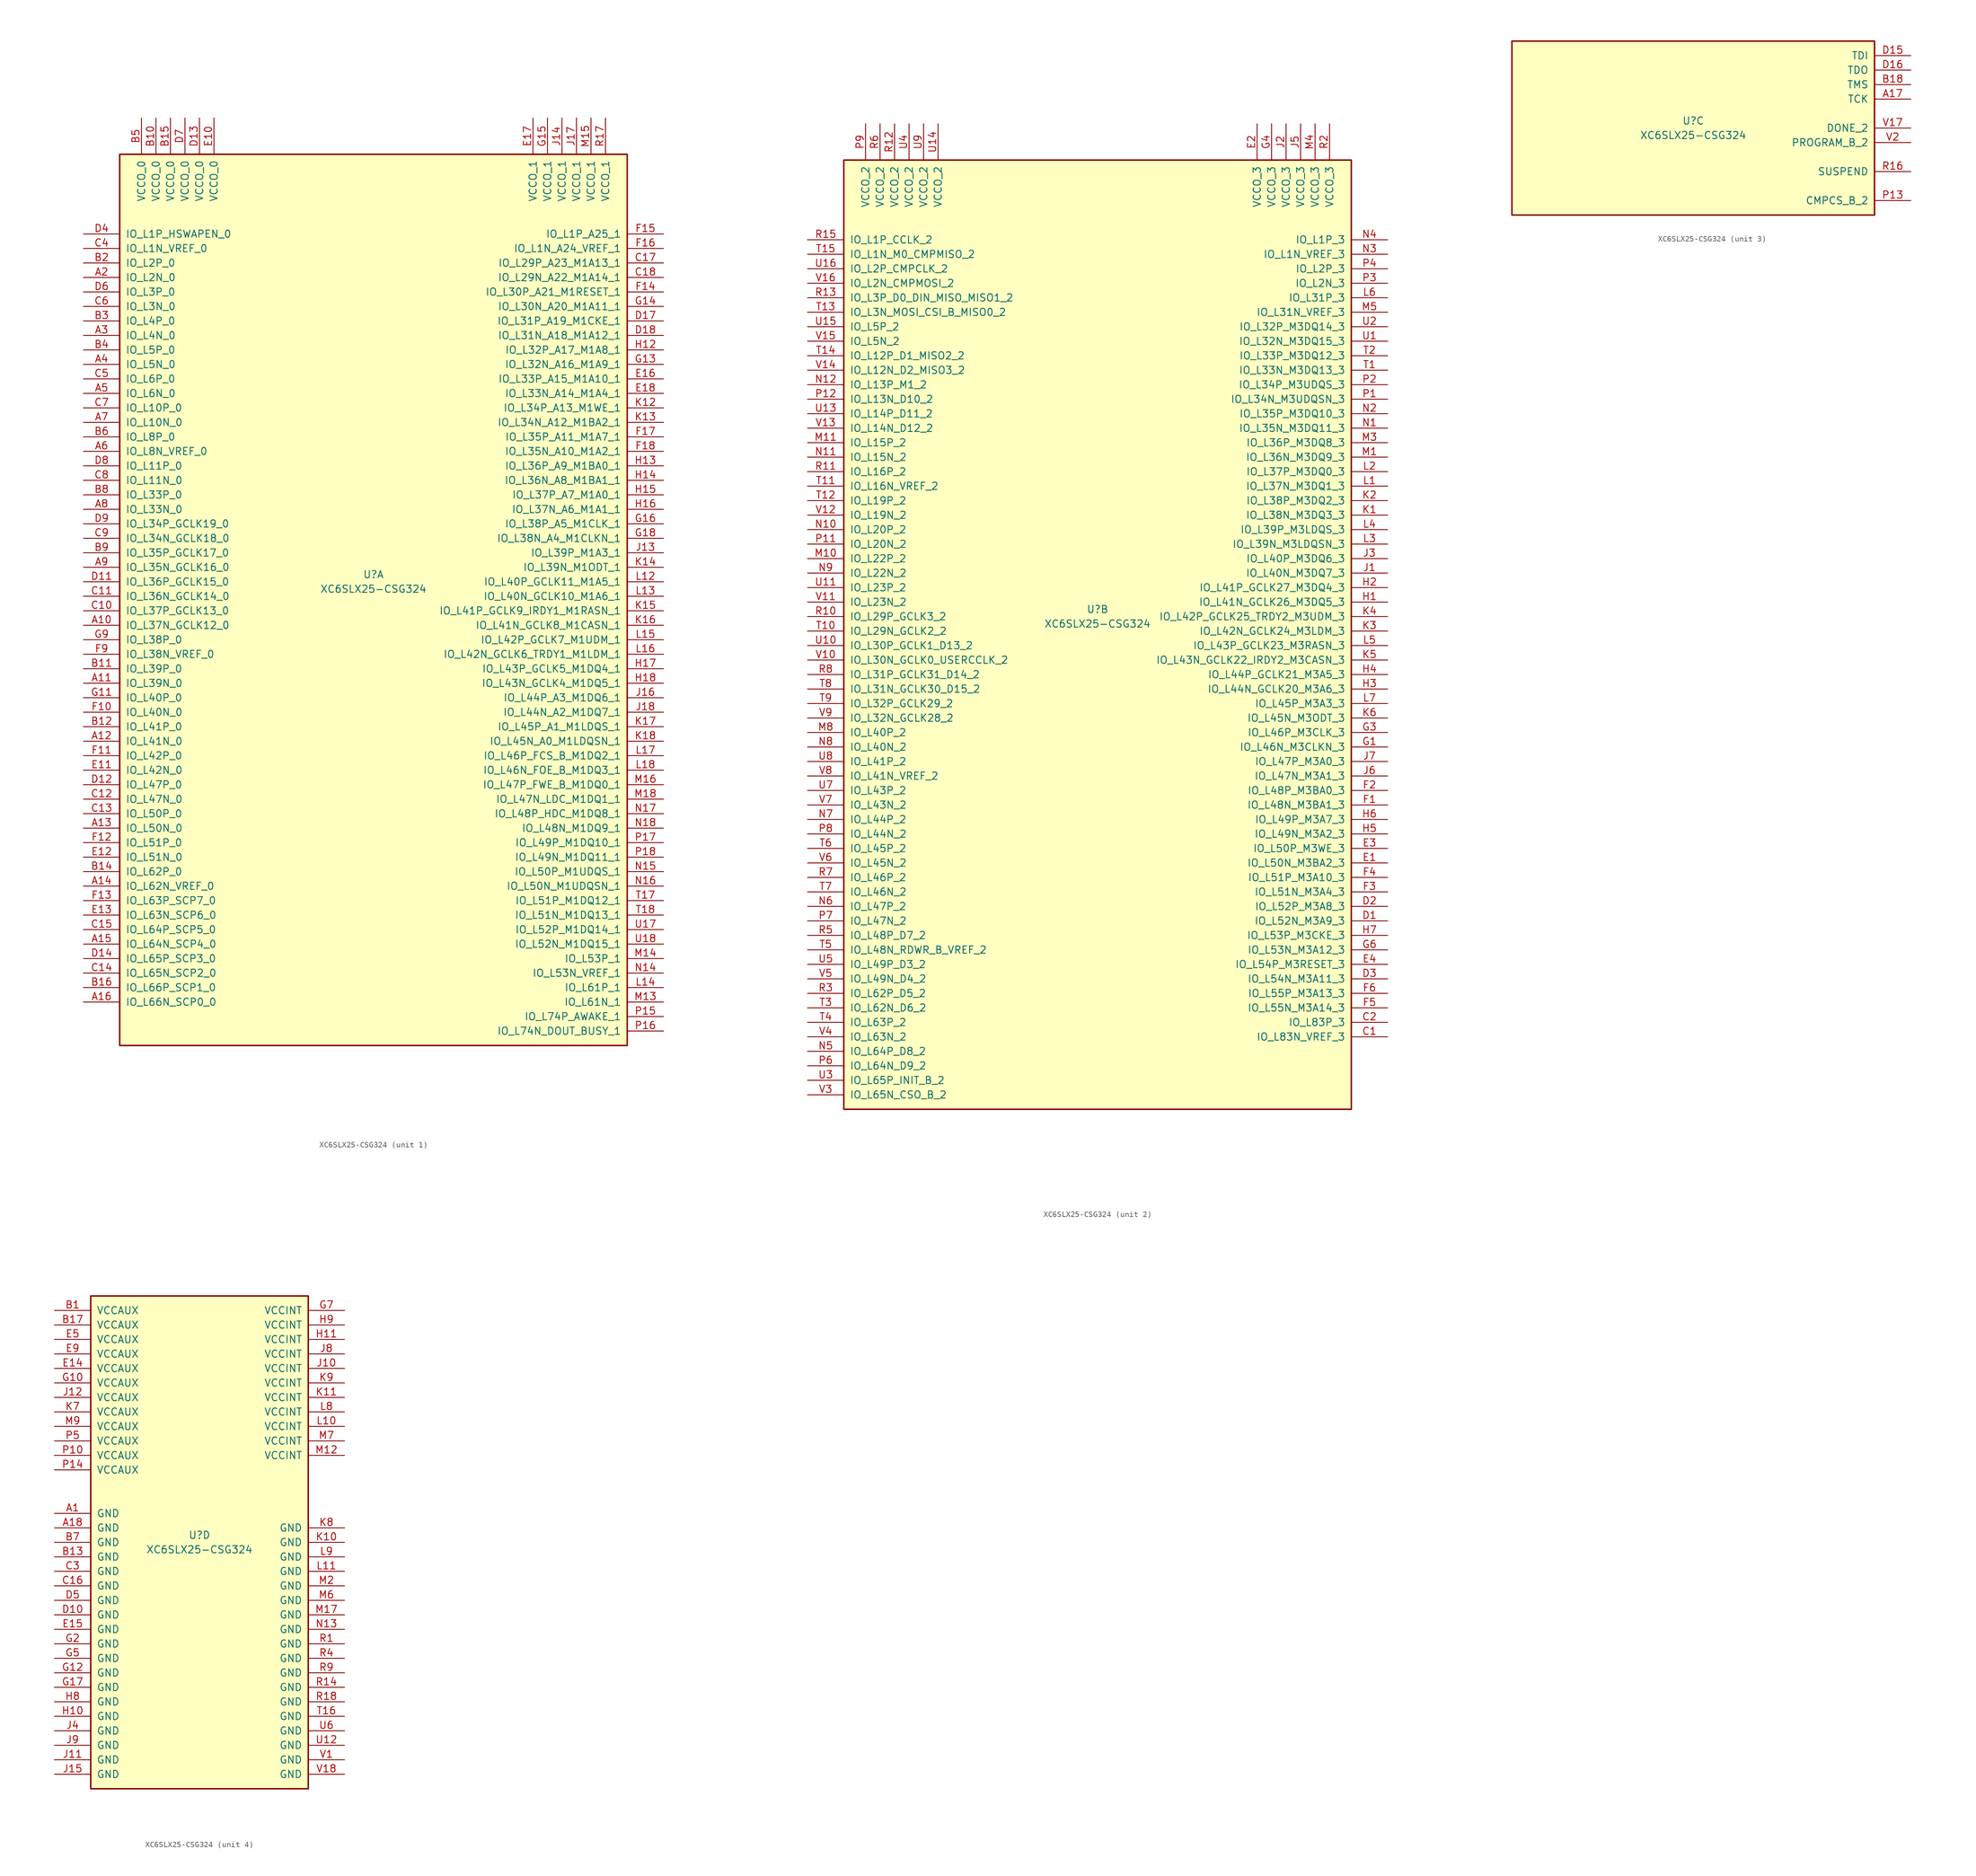
<source format=kicad_sym>
(kicad_symbol_lib
  (version 20201005)
  (generator kicad_symbol_editor)
  (symbol "FPGA_Xilinx_Spartan6:XC6SLX25-CSG324"
    (pin_names
      (offset 1.016))
    (property "Reference" "U"
      (at 0 1.27 0)
      (effects (font (size 1.27 1.27))))
    (property "Value" "XC6SLX25-CSG324"
      (at 0 -1.27 0)
      (effects (font (size 1.27 1.27))))
    (property "Datasheet" ""
      (at 0 0 0)
      (effects (font (size 1.27 1.27))))
    (property "ki_locked" ""
      (at 0 0 0)
      (effects (font (size 1.27 1.27))))
    (symbol "XC6SLX25-CSG324_1_1"
      (rectangle (start -44.45 74.93) (end 44.45 -81.28) (stroke (width 0.254)) (fill (type background)))
      (pin power_in line (at -40.64 81.28 270) (length 6.35) (name "VCCO_0" (effects (font (size 1.27 1.27)))) (number "B5" (effects (font (size 1.27 1.27)))))
      (pin power_in line (at -38.1 81.28 270) (length 6.35) (name "VCCO_0" (effects (font (size 1.27 1.27)))) (number "B10" (effects (font (size 1.27 1.27)))))
      (pin power_in line (at -35.56 81.28 270) (length 6.35) (name "VCCO_0" (effects (font (size 1.27 1.27)))) (number "B15" (effects (font (size 1.27 1.27)))))
      (pin power_in line (at -33.02 81.28 270) (length 6.35) (name "VCCO_0" (effects (font (size 1.27 1.27)))) (number "D7" (effects (font (size 1.27 1.27)))))
      (pin power_in line (at -30.48 81.28 270) (length 6.35) (name "VCCO_0" (effects (font (size 1.27 1.27)))) (number "D13" (effects (font (size 1.27 1.27)))))
      (pin power_in line (at -27.94 81.28 270) (length 6.35) (name "VCCO_0" (effects (font (size 1.27 1.27)))) (number "E10" (effects (font (size 1.27 1.27)))))
      (pin bidirectional line (at -50.8 60.96 0) (length 6.35) (name "IO_L1P_HSWAPEN_0" (effects (font (size 1.27 1.27)))) (number "D4" (effects (font (size 1.27 1.27)))))
      (pin bidirectional line (at -50.8 58.42 0) (length 6.35) (name "IO_L1N_VREF_0" (effects (font (size 1.27 1.27)))) (number "C4" (effects (font (size 1.27 1.27)))))
      (pin bidirectional line (at -50.8 55.88 0) (length 6.35) (name "IO_L2P_0" (effects (font (size 1.27 1.27)))) (number "B2" (effects (font (size 1.27 1.27)))))
      (pin bidirectional line (at -50.8 53.34 0) (length 6.35) (name "IO_L2N_0" (effects (font (size 1.27 1.27)))) (number "A2" (effects (font (size 1.27 1.27)))))
      (pin bidirectional line (at -50.8 50.8 0) (length 6.35) (name "IO_L3P_0" (effects (font (size 1.27 1.27)))) (number "D6" (effects (font (size 1.27 1.27)))))
      (pin bidirectional line (at -50.8 48.26 0) (length 6.35) (name "IO_L3N_0" (effects (font (size 1.27 1.27)))) (number "C6" (effects (font (size 1.27 1.27)))))
      (pin bidirectional line (at -50.8 45.72 0) (length 6.35) (name "IO_L4P_0" (effects (font (size 1.27 1.27)))) (number "B3" (effects (font (size 1.27 1.27)))))
      (pin bidirectional line (at -50.8 43.18 0) (length 6.35) (name "IO_L4N_0" (effects (font (size 1.27 1.27)))) (number "A3" (effects (font (size 1.27 1.27)))))
      (pin bidirectional line (at -50.8 40.64 0) (length 6.35) (name "IO_L5P_0" (effects (font (size 1.27 1.27)))) (number "B4" (effects (font (size 1.27 1.27)))))
      (pin bidirectional line (at -50.8 38.1 0) (length 6.35) (name "IO_L5N_0" (effects (font (size 1.27 1.27)))) (number "A4" (effects (font (size 1.27 1.27)))))
      (pin bidirectional line (at -50.8 35.56 0) (length 6.35) (name "IO_L6P_0" (effects (font (size 1.27 1.27)))) (number "C5" (effects (font (size 1.27 1.27)))))
      (pin bidirectional line (at -50.8 33.02 0) (length 6.35) (name "IO_L6N_0" (effects (font (size 1.27 1.27)))) (number "A5" (effects (font (size 1.27 1.27)))))
      (pin bidirectional line (at -50.8 30.48 0) (length 6.35) (name "IO_L10P_0" (effects (font (size 1.27 1.27)))) (number "C7" (effects (font (size 1.27 1.27)))))
      (pin bidirectional line (at -50.8 27.94 0) (length 6.35) (name "IO_L10N_0" (effects (font (size 1.27 1.27)))) (number "A7" (effects (font (size 1.27 1.27)))))
      (pin bidirectional line (at -50.8 25.4 0) (length 6.35) (name "IO_L8P_0" (effects (font (size 1.27 1.27)))) (number "B6" (effects (font (size 1.27 1.27)))))
      (pin bidirectional line (at -50.8 22.86 0) (length 6.35) (name "IO_L8N_VREF_0" (effects (font (size 1.27 1.27)))) (number "A6" (effects (font (size 1.27 1.27)))))
      (pin bidirectional line (at -50.8 20.32 0) (length 6.35) (name "IO_L11P_0" (effects (font (size 1.27 1.27)))) (number "D8" (effects (font (size 1.27 1.27)))))
      (pin bidirectional line (at -50.8 17.78 0) (length 6.35) (name "IO_L11N_0" (effects (font (size 1.27 1.27)))) (number "C8" (effects (font (size 1.27 1.27)))))
      (pin bidirectional line (at -50.8 15.24 0) (length 6.35) (name "IO_L33P_0" (effects (font (size 1.27 1.27)))) (number "B8" (effects (font (size 1.27 1.27)))))
      (pin bidirectional line (at -50.8 12.7 0) (length 6.35) (name "IO_L33N_0" (effects (font (size 1.27 1.27)))) (number "A8" (effects (font (size 1.27 1.27)))))
      (pin bidirectional line (at -50.8 10.16 0) (length 6.35) (name "IO_L34P_GCLK19_0" (effects (font (size 1.27 1.27)))) (number "D9" (effects (font (size 1.27 1.27)))))
      (pin bidirectional line (at -50.8 7.62 0) (length 6.35) (name "IO_L34N_GCLK18_0" (effects (font (size 1.27 1.27)))) (number "C9" (effects (font (size 1.27 1.27)))))
      (pin bidirectional line (at -50.8 5.08 0) (length 6.35) (name "IO_L35P_GCLK17_0" (effects (font (size 1.27 1.27)))) (number "B9" (effects (font (size 1.27 1.27)))))
      (pin bidirectional line (at -50.8 2.54 0) (length 6.35) (name "IO_L35N_GCLK16_0" (effects (font (size 1.27 1.27)))) (number "A9" (effects (font (size 1.27 1.27)))))
      (pin bidirectional line (at -50.8 0 0) (length 6.35) (name "IO_L36P_GCLK15_0" (effects (font (size 1.27 1.27)))) (number "D11" (effects (font (size 1.27 1.27)))))
      (pin bidirectional line (at -50.8 -2.54 0) (length 6.35) (name "IO_L36N_GCLK14_0" (effects (font (size 1.27 1.27)))) (number "C11" (effects (font (size 1.27 1.27)))))
      (pin bidirectional line (at -50.8 -5.08 0) (length 6.35) (name "IO_L37P_GCLK13_0" (effects (font (size 1.27 1.27)))) (number "C10" (effects (font (size 1.27 1.27)))))
      (pin bidirectional line (at -50.8 -7.62 0) (length 6.35) (name "IO_L37N_GCLK12_0" (effects (font (size 1.27 1.27)))) (number "A10" (effects (font (size 1.27 1.27)))))
      (pin bidirectional line (at -50.8 -10.16 0) (length 6.35) (name "IO_L38P_0" (effects (font (size 1.27 1.27)))) (number "G9" (effects (font (size 1.27 1.27)))))
      (pin bidirectional line (at -50.8 -12.7 0) (length 6.35) (name "IO_L38N_VREF_0" (effects (font (size 1.27 1.27)))) (number "F9" (effects (font (size 1.27 1.27)))))
      (pin bidirectional line (at -50.8 -15.24 0) (length 6.35) (name "IO_L39P_0" (effects (font (size 1.27 1.27)))) (number "B11" (effects (font (size 1.27 1.27)))))
      (pin bidirectional line (at -50.8 -17.78 0) (length 6.35) (name "IO_L39N_0" (effects (font (size 1.27 1.27)))) (number "A11" (effects (font (size 1.27 1.27)))))
      (pin bidirectional line (at -50.8 -20.32 0) (length 6.35) (name "IO_L40P_0" (effects (font (size 1.27 1.27)))) (number "G11" (effects (font (size 1.27 1.27)))))
      (pin bidirectional line (at -50.8 -22.86 0) (length 6.35) (name "IO_L40N_0" (effects (font (size 1.27 1.27)))) (number "F10" (effects (font (size 1.27 1.27)))))
      (pin bidirectional line (at -50.8 -25.4 0) (length 6.35) (name "IO_L41P_0" (effects (font (size 1.27 1.27)))) (number "B12" (effects (font (size 1.27 1.27)))))
      (pin bidirectional line (at -50.8 -27.94 0) (length 6.35) (name "IO_L41N_0" (effects (font (size 1.27 1.27)))) (number "A12" (effects (font (size 1.27 1.27)))))
      (pin bidirectional line (at -50.8 -30.48 0) (length 6.35) (name "IO_L42P_0" (effects (font (size 1.27 1.27)))) (number "F11" (effects (font (size 1.27 1.27)))))
      (pin bidirectional line (at -50.8 -33.02 0) (length 6.35) (name "IO_L42N_0" (effects (font (size 1.27 1.27)))) (number "E11" (effects (font (size 1.27 1.27)))))
      (pin bidirectional line (at -50.8 -35.56 0) (length 6.35) (name "IO_L47P_0" (effects (font (size 1.27 1.27)))) (number "D12" (effects (font (size 1.27 1.27)))))
      (pin bidirectional line (at -50.8 -38.1 0) (length 6.35) (name "IO_L47N_0" (effects (font (size 1.27 1.27)))) (number "C12" (effects (font (size 1.27 1.27)))))
      (pin bidirectional line (at -50.8 -40.64 0) (length 6.35) (name "IO_L50P_0" (effects (font (size 1.27 1.27)))) (number "C13" (effects (font (size 1.27 1.27)))))
      (pin bidirectional line (at -50.8 -43.18 0) (length 6.35) (name "IO_L50N_0" (effects (font (size 1.27 1.27)))) (number "A13" (effects (font (size 1.27 1.27)))))
      (pin bidirectional line (at -50.8 -45.72 0) (length 6.35) (name "IO_L51P_0" (effects (font (size 1.27 1.27)))) (number "F12" (effects (font (size 1.27 1.27)))))
      (pin bidirectional line (at -50.8 -48.26 0) (length 6.35) (name "IO_L51N_0" (effects (font (size 1.27 1.27)))) (number "E12" (effects (font (size 1.27 1.27)))))
      (pin bidirectional line (at -50.8 -50.8 0) (length 6.35) (name "IO_L62P_0" (effects (font (size 1.27 1.27)))) (number "B14" (effects (font (size 1.27 1.27)))))
      (pin bidirectional line (at -50.8 -53.34 0) (length 6.35) (name "IO_L62N_VREF_0" (effects (font (size 1.27 1.27)))) (number "A14" (effects (font (size 1.27 1.27)))))
      (pin bidirectional line (at -50.8 -55.88 0) (length 6.35) (name "IO_L63P_SCP7_0" (effects (font (size 1.27 1.27)))) (number "F13" (effects (font (size 1.27 1.27)))))
      (pin bidirectional line (at -50.8 -58.42 0) (length 6.35) (name "IO_L63N_SCP6_0" (effects (font (size 1.27 1.27)))) (number "E13" (effects (font (size 1.27 1.27)))))
      (pin bidirectional line (at -50.8 -60.96 0) (length 6.35) (name "IO_L64P_SCP5_0" (effects (font (size 1.27 1.27)))) (number "C15" (effects (font (size 1.27 1.27)))))
      (pin bidirectional line (at -50.8 -63.5 0) (length 6.35) (name "IO_L64N_SCP4_0" (effects (font (size 1.27 1.27)))) (number "A15" (effects (font (size 1.27 1.27)))))
      (pin bidirectional line (at -50.8 -66.04 0) (length 6.35) (name "IO_L65P_SCP3_0" (effects (font (size 1.27 1.27)))) (number "D14" (effects (font (size 1.27 1.27)))))
      (pin bidirectional line (at -50.8 -68.58 0) (length 6.35) (name "IO_L65N_SCP2_0" (effects (font (size 1.27 1.27)))) (number "C14" (effects (font (size 1.27 1.27)))))
      (pin bidirectional line (at -50.8 -71.12 0) (length 6.35) (name "IO_L66P_SCP1_0" (effects (font (size 1.27 1.27)))) (number "B16" (effects (font (size 1.27 1.27)))))
      (pin bidirectional line (at -50.8 -73.66 0) (length 6.35) (name "IO_L66N_SCP0_0" (effects (font (size 1.27 1.27)))) (number "A16" (effects (font (size 1.27 1.27)))))
      (pin power_in line (at 27.94 81.28 270) (length 6.35) (name "VCCO_1" (effects (font (size 1.27 1.27)))) (number "E17" (effects (font (size 1.27 1.27)))))
      (pin power_in line (at 30.48 81.28 270) (length 6.35) (name "VCCO_1" (effects (font (size 1.27 1.27)))) (number "G15" (effects (font (size 1.27 1.27)))))
      (pin power_in line (at 33.02 81.28 270) (length 6.35) (name "VCCO_1" (effects (font (size 1.27 1.27)))) (number "J14" (effects (font (size 1.27 1.27)))))
      (pin power_in line (at 35.56 81.28 270) (length 6.35) (name "VCCO_1" (effects (font (size 1.27 1.27)))) (number "J17" (effects (font (size 1.27 1.27)))))
      (pin power_in line (at 38.1 81.28 270) (length 6.35) (name "VCCO_1" (effects (font (size 1.27 1.27)))) (number "M15" (effects (font (size 1.27 1.27)))))
      (pin power_in line (at 40.64 81.28 270) (length 6.35) (name "VCCO_1" (effects (font (size 1.27 1.27)))) (number "R17" (effects (font (size 1.27 1.27)))))
      (pin bidirectional line (at 50.8 60.96 180) (length 6.35) (name "IO_L1P_A25_1" (effects (font (size 1.27 1.27)))) (number "F15" (effects (font (size 1.27 1.27)))))
      (pin bidirectional line (at 50.8 58.42 180) (length 6.35) (name "IO_L1N_A24_VREF_1" (effects (font (size 1.27 1.27)))) (number "F16" (effects (font (size 1.27 1.27)))))
      (pin bidirectional line (at 50.8 55.88 180) (length 6.35) (name "IO_L29P_A23_M1A13_1" (effects (font (size 1.27 1.27)))) (number "C17" (effects (font (size 1.27 1.27)))))
      (pin bidirectional line (at 50.8 53.34 180) (length 6.35) (name "IO_L29N_A22_M1A14_1" (effects (font (size 1.27 1.27)))) (number "C18" (effects (font (size 1.27 1.27)))))
      (pin bidirectional line (at 50.8 50.8 180) (length 6.35) (name "IO_L30P_A21_M1RESET_1" (effects (font (size 1.27 1.27)))) (number "F14" (effects (font (size 1.27 1.27)))))
      (pin bidirectional line (at 50.8 48.26 180) (length 6.35) (name "IO_L30N_A20_M1A11_1" (effects (font (size 1.27 1.27)))) (number "G14" (effects (font (size 1.27 1.27)))))
      (pin bidirectional line (at 50.8 45.72 180) (length 6.35) (name "IO_L31P_A19_M1CKE_1" (effects (font (size 1.27 1.27)))) (number "D17" (effects (font (size 1.27 1.27)))))
      (pin bidirectional line (at 50.8 43.18 180) (length 6.35) (name "IO_L31N_A18_M1A12_1" (effects (font (size 1.27 1.27)))) (number "D18" (effects (font (size 1.27 1.27)))))
      (pin bidirectional line (at 50.8 40.64 180) (length 6.35) (name "IO_L32P_A17_M1A8_1" (effects (font (size 1.27 1.27)))) (number "H12" (effects (font (size 1.27 1.27)))))
      (pin bidirectional line (at 50.8 38.1 180) (length 6.35) (name "IO_L32N_A16_M1A9_1" (effects (font (size 1.27 1.27)))) (number "G13" (effects (font (size 1.27 1.27)))))
      (pin bidirectional line (at 50.8 35.56 180) (length 6.35) (name "IO_L33P_A15_M1A10_1" (effects (font (size 1.27 1.27)))) (number "E16" (effects (font (size 1.27 1.27)))))
      (pin bidirectional line (at 50.8 33.02 180) (length 6.35) (name "IO_L33N_A14_M1A4_1" (effects (font (size 1.27 1.27)))) (number "E18" (effects (font (size 1.27 1.27)))))
      (pin bidirectional line (at 50.8 30.48 180) (length 6.35) (name "IO_L34P_A13_M1WE_1" (effects (font (size 1.27 1.27)))) (number "K12" (effects (font (size 1.27 1.27)))))
      (pin bidirectional line (at 50.8 27.94 180) (length 6.35) (name "IO_L34N_A12_M1BA2_1" (effects (font (size 1.27 1.27)))) (number "K13" (effects (font (size 1.27 1.27)))))
      (pin bidirectional line (at 50.8 25.4 180) (length 6.35) (name "IO_L35P_A11_M1A7_1" (effects (font (size 1.27 1.27)))) (number "F17" (effects (font (size 1.27 1.27)))))
      (pin bidirectional line (at 50.8 22.86 180) (length 6.35) (name "IO_L35N_A10_M1A2_1" (effects (font (size 1.27 1.27)))) (number "F18" (effects (font (size 1.27 1.27)))))
      (pin bidirectional line (at 50.8 20.32 180) (length 6.35) (name "IO_L36P_A9_M1BA0_1" (effects (font (size 1.27 1.27)))) (number "H13" (effects (font (size 1.27 1.27)))))
      (pin bidirectional line (at 50.8 17.78 180) (length 6.35) (name "IO_L36N_A8_M1BA1_1" (effects (font (size 1.27 1.27)))) (number "H14" (effects (font (size 1.27 1.27)))))
      (pin bidirectional line (at 50.8 15.24 180) (length 6.35) (name "IO_L37P_A7_M1A0_1" (effects (font (size 1.27 1.27)))) (number "H15" (effects (font (size 1.27 1.27)))))
      (pin bidirectional line (at 50.8 12.7 180) (length 6.35) (name "IO_L37N_A6_M1A1_1" (effects (font (size 1.27 1.27)))) (number "H16" (effects (font (size 1.27 1.27)))))
      (pin bidirectional line (at 50.8 10.16 180) (length 6.35) (name "IO_L38P_A5_M1CLK_1" (effects (font (size 1.27 1.27)))) (number "G16" (effects (font (size 1.27 1.27)))))
      (pin bidirectional line (at 50.8 7.62 180) (length 6.35) (name "IO_L38N_A4_M1CLKN_1" (effects (font (size 1.27 1.27)))) (number "G18" (effects (font (size 1.27 1.27)))))
      (pin bidirectional line (at 50.8 5.08 180) (length 6.35) (name "IO_L39P_M1A3_1" (effects (font (size 1.27 1.27)))) (number "J13" (effects (font (size 1.27 1.27)))))
      (pin bidirectional line (at 50.8 2.54 180) (length 6.35) (name "IO_L39N_M1ODT_1" (effects (font (size 1.27 1.27)))) (number "K14" (effects (font (size 1.27 1.27)))))
      (pin bidirectional line (at 50.8 0 180) (length 6.35) (name "IO_L40P_GCLK11_M1A5_1" (effects (font (size 1.27 1.27)))) (number "L12" (effects (font (size 1.27 1.27)))))
      (pin bidirectional line (at 50.8 -2.54 180) (length 6.35) (name "IO_L40N_GCLK10_M1A6_1" (effects (font (size 1.27 1.27)))) (number "L13" (effects (font (size 1.27 1.27)))))
      (pin bidirectional line (at 50.8 -5.08 180) (length 6.35) (name "IO_L41P_GCLK9_IRDY1_M1RASN_1" (effects (font (size 1.27 1.27)))) (number "K15" (effects (font (size 1.27 1.27)))))
      (pin bidirectional line (at 50.8 -7.62 180) (length 6.35) (name "IO_L41N_GCLK8_M1CASN_1" (effects (font (size 1.27 1.27)))) (number "K16" (effects (font (size 1.27 1.27)))))
      (pin bidirectional line (at 50.8 -10.16 180) (length 6.35) (name "IO_L42P_GCLK7_M1UDM_1" (effects (font (size 1.27 1.27)))) (number "L15" (effects (font (size 1.27 1.27)))))
      (pin bidirectional line (at 50.8 -12.7 180) (length 6.35) (name "IO_L42N_GCLK6_TRDY1_M1LDM_1" (effects (font (size 1.27 1.27)))) (number "L16" (effects (font (size 1.27 1.27)))))
      (pin bidirectional line (at 50.8 -15.24 180) (length 6.35) (name "IO_L43P_GCLK5_M1DQ4_1" (effects (font (size 1.27 1.27)))) (number "H17" (effects (font (size 1.27 1.27)))))
      (pin bidirectional line (at 50.8 -17.78 180) (length 6.35) (name "IO_L43N_GCLK4_M1DQ5_1" (effects (font (size 1.27 1.27)))) (number "H18" (effects (font (size 1.27 1.27)))))
      (pin bidirectional line (at 50.8 -20.32 180) (length 6.35) (name "IO_L44P_A3_M1DQ6_1" (effects (font (size 1.27 1.27)))) (number "J16" (effects (font (size 1.27 1.27)))))
      (pin bidirectional line (at 50.8 -22.86 180) (length 6.35) (name "IO_L44N_A2_M1DQ7_1" (effects (font (size 1.27 1.27)))) (number "J18" (effects (font (size 1.27 1.27)))))
      (pin bidirectional line (at 50.8 -25.4 180) (length 6.35) (name "IO_L45P_A1_M1LDQS_1" (effects (font (size 1.27 1.27)))) (number "K17" (effects (font (size 1.27 1.27)))))
      (pin bidirectional line (at 50.8 -27.94 180) (length 6.35) (name "IO_L45N_A0_M1LDQSN_1" (effects (font (size 1.27 1.27)))) (number "K18" (effects (font (size 1.27 1.27)))))
      (pin bidirectional line (at 50.8 -30.48 180) (length 6.35) (name "IO_L46P_FCS_B_M1DQ2_1" (effects (font (size 1.27 1.27)))) (number "L17" (effects (font (size 1.27 1.27)))))
      (pin bidirectional line (at 50.8 -33.02 180) (length 6.35) (name "IO_L46N_FOE_B_M1DQ3_1" (effects (font (size 1.27 1.27)))) (number "L18" (effects (font (size 1.27 1.27)))))
      (pin bidirectional line (at 50.8 -35.56 180) (length 6.35) (name "IO_L47P_FWE_B_M1DQ0_1" (effects (font (size 1.27 1.27)))) (number "M16" (effects (font (size 1.27 1.27)))))
      (pin bidirectional line (at 50.8 -38.1 180) (length 6.35) (name "IO_L47N_LDC_M1DQ1_1" (effects (font (size 1.27 1.27)))) (number "M18" (effects (font (size 1.27 1.27)))))
      (pin bidirectional line (at 50.8 -40.64 180) (length 6.35) (name "IO_L48P_HDC_M1DQ8_1" (effects (font (size 1.27 1.27)))) (number "N17" (effects (font (size 1.27 1.27)))))
      (pin bidirectional line (at 50.8 -43.18 180) (length 6.35) (name "IO_L48N_M1DQ9_1" (effects (font (size 1.27 1.27)))) (number "N18" (effects (font (size 1.27 1.27)))))
      (pin bidirectional line (at 50.8 -45.72 180) (length 6.35) (name "IO_L49P_M1DQ10_1" (effects (font (size 1.27 1.27)))) (number "P17" (effects (font (size 1.27 1.27)))))
      (pin bidirectional line (at 50.8 -48.26 180) (length 6.35) (name "IO_L49N_M1DQ11_1" (effects (font (size 1.27 1.27)))) (number "P18" (effects (font (size 1.27 1.27)))))
      (pin bidirectional line (at 50.8 -50.8 180) (length 6.35) (name "IO_L50P_M1UDQS_1" (effects (font (size 1.27 1.27)))) (number "N15" (effects (font (size 1.27 1.27)))))
      (pin bidirectional line (at 50.8 -53.34 180) (length 6.35) (name "IO_L50N_M1UDQSN_1" (effects (font (size 1.27 1.27)))) (number "N16" (effects (font (size 1.27 1.27)))))
      (pin bidirectional line (at 50.8 -55.88 180) (length 6.35) (name "IO_L51P_M1DQ12_1" (effects (font (size 1.27 1.27)))) (number "T17" (effects (font (size 1.27 1.27)))))
      (pin bidirectional line (at 50.8 -58.42 180) (length 6.35) (name "IO_L51N_M1DQ13_1" (effects (font (size 1.27 1.27)))) (number "T18" (effects (font (size 1.27 1.27)))))
      (pin bidirectional line (at 50.8 -60.96 180) (length 6.35) (name "IO_L52P_M1DQ14_1" (effects (font (size 1.27 1.27)))) (number "U17" (effects (font (size 1.27 1.27)))))
      (pin bidirectional line (at 50.8 -63.5 180) (length 6.35) (name "IO_L52N_M1DQ15_1" (effects (font (size 1.27 1.27)))) (number "U18" (effects (font (size 1.27 1.27)))))
      (pin bidirectional line (at 50.8 -66.04 180) (length 6.35) (name "IO_L53P_1" (effects (font (size 1.27 1.27)))) (number "M14" (effects (font (size 1.27 1.27)))))
      (pin bidirectional line (at 50.8 -68.58 180) (length 6.35) (name "IO_L53N_VREF_1" (effects (font (size 1.27 1.27)))) (number "N14" (effects (font (size 1.27 1.27)))))
      (pin bidirectional line (at 50.8 -71.12 180) (length 6.35) (name "IO_L61P_1" (effects (font (size 1.27 1.27)))) (number "L14" (effects (font (size 1.27 1.27)))))
      (pin bidirectional line (at 50.8 -73.66 180) (length 6.35) (name "IO_L61N_1" (effects (font (size 1.27 1.27)))) (number "M13" (effects (font (size 1.27 1.27)))))
      (pin bidirectional line (at 50.8 -76.2 180) (length 6.35) (name "IO_L74P_AWAKE_1" (effects (font (size 1.27 1.27)))) (number "P15" (effects (font (size 1.27 1.27)))))
      (pin bidirectional line (at 50.8 -78.74 180) (length 6.35) (name "IO_L74N_DOUT_BUSY_1" (effects (font (size 1.27 1.27)))) (number "P16" (effects (font (size 1.27 1.27))))))
    (symbol "XC6SLX25-CSG324_2_1"
      (rectangle (start -44.45 80.01) (end 44.45 -86.36) (stroke (width 0.254)) (fill (type background)))
      (pin power_in line (at -40.64 86.36 270) (length 6.35) (name "VCCO_2" (effects (font (size 1.27 1.27)))) (number "P9" (effects (font (size 1.27 1.27)))))
      (pin power_in line (at -38.1 86.36 270) (length 6.35) (name "VCCO_2" (effects (font (size 1.27 1.27)))) (number "R6" (effects (font (size 1.27 1.27)))))
      (pin power_in line (at -35.56 86.36 270) (length 6.35) (name "VCCO_2" (effects (font (size 1.27 1.27)))) (number "R12" (effects (font (size 1.27 1.27)))))
      (pin power_in line (at -33.02 86.36 270) (length 6.35) (name "VCCO_2" (effects (font (size 1.27 1.27)))) (number "U4" (effects (font (size 1.27 1.27)))))
      (pin power_in line (at -30.48 86.36 270) (length 6.35) (name "VCCO_2" (effects (font (size 1.27 1.27)))) (number "U9" (effects (font (size 1.27 1.27)))))
      (pin power_in line (at -27.94 86.36 270) (length 6.35) (name "VCCO_2" (effects (font (size 1.27 1.27)))) (number "U14" (effects (font (size 1.27 1.27)))))
      (pin bidirectional line (at -50.8 66.04 0) (length 6.35) (name "IO_L1P_CCLK_2" (effects (font (size 1.27 1.27)))) (number "R15" (effects (font (size 1.27 1.27)))))
      (pin bidirectional line (at -50.8 63.5 0) (length 6.35) (name "IO_L1N_M0_CMPMISO_2" (effects (font (size 1.27 1.27)))) (number "T15" (effects (font (size 1.27 1.27)))))
      (pin bidirectional line (at -50.8 60.96 0) (length 6.35) (name "IO_L2P_CMPCLK_2" (effects (font (size 1.27 1.27)))) (number "U16" (effects (font (size 1.27 1.27)))))
      (pin bidirectional line (at -50.8 58.42 0) (length 6.35) (name "IO_L2N_CMPMOSI_2" (effects (font (size 1.27 1.27)))) (number "V16" (effects (font (size 1.27 1.27)))))
      (pin bidirectional line (at -50.8 55.88 0) (length 6.35) (name "IO_L3P_D0_DIN_MISO_MISO1_2" (effects (font (size 1.27 1.27)))) (number "R13" (effects (font (size 1.27 1.27)))))
      (pin bidirectional line (at -50.8 53.34 0) (length 6.35) (name "IO_L3N_MOSI_CSI_B_MISO0_2" (effects (font (size 1.27 1.27)))) (number "T13" (effects (font (size 1.27 1.27)))))
      (pin bidirectional line (at -50.8 50.8 0) (length 6.35) (name "IO_L5P_2" (effects (font (size 1.27 1.27)))) (number "U15" (effects (font (size 1.27 1.27)))))
      (pin bidirectional line (at -50.8 48.26 0) (length 6.35) (name "IO_L5N_2" (effects (font (size 1.27 1.27)))) (number "V15" (effects (font (size 1.27 1.27)))))
      (pin bidirectional line (at -50.8 45.72 0) (length 6.35) (name "IO_L12P_D1_MISO2_2" (effects (font (size 1.27 1.27)))) (number "T14" (effects (font (size 1.27 1.27)))))
      (pin bidirectional line (at -50.8 43.18 0) (length 6.35) (name "IO_L12N_D2_MISO3_2" (effects (font (size 1.27 1.27)))) (number "V14" (effects (font (size 1.27 1.27)))))
      (pin bidirectional line (at -50.8 40.64 0) (length 6.35) (name "IO_L13P_M1_2" (effects (font (size 1.27 1.27)))) (number "N12" (effects (font (size 1.27 1.27)))))
      (pin bidirectional line (at -50.8 38.1 0) (length 6.35) (name "IO_L13N_D10_2" (effects (font (size 1.27 1.27)))) (number "P12" (effects (font (size 1.27 1.27)))))
      (pin bidirectional line (at -50.8 35.56 0) (length 6.35) (name "IO_L14P_D11_2" (effects (font (size 1.27 1.27)))) (number "U13" (effects (font (size 1.27 1.27)))))
      (pin bidirectional line (at -50.8 33.02 0) (length 6.35) (name "IO_L14N_D12_2" (effects (font (size 1.27 1.27)))) (number "V13" (effects (font (size 1.27 1.27)))))
      (pin bidirectional line (at -50.8 30.48 0) (length 6.35) (name "IO_L15P_2" (effects (font (size 1.27 1.27)))) (number "M11" (effects (font (size 1.27 1.27)))))
      (pin bidirectional line (at -50.8 27.94 0) (length 6.35) (name "IO_L15N_2" (effects (font (size 1.27 1.27)))) (number "N11" (effects (font (size 1.27 1.27)))))
      (pin bidirectional line (at -50.8 25.4 0) (length 6.35) (name "IO_L16P_2" (effects (font (size 1.27 1.27)))) (number "R11" (effects (font (size 1.27 1.27)))))
      (pin bidirectional line (at -50.8 22.86 0) (length 6.35) (name "IO_L16N_VREF_2" (effects (font (size 1.27 1.27)))) (number "T11" (effects (font (size 1.27 1.27)))))
      (pin bidirectional line (at -50.8 20.32 0) (length 6.35) (name "IO_L19P_2" (effects (font (size 1.27 1.27)))) (number "T12" (effects (font (size 1.27 1.27)))))
      (pin bidirectional line (at -50.8 17.78 0) (length 6.35) (name "IO_L19N_2" (effects (font (size 1.27 1.27)))) (number "V12" (effects (font (size 1.27 1.27)))))
      (pin bidirectional line (at -50.8 15.24 0) (length 6.35) (name "IO_L20P_2" (effects (font (size 1.27 1.27)))) (number "N10" (effects (font (size 1.27 1.27)))))
      (pin bidirectional line (at -50.8 12.7 0) (length 6.35) (name "IO_L20N_2" (effects (font (size 1.27 1.27)))) (number "P11" (effects (font (size 1.27 1.27)))))
      (pin bidirectional line (at -50.8 10.16 0) (length 6.35) (name "IO_L22P_2" (effects (font (size 1.27 1.27)))) (number "M10" (effects (font (size 1.27 1.27)))))
      (pin bidirectional line (at -50.8 7.62 0) (length 6.35) (name "IO_L22N_2" (effects (font (size 1.27 1.27)))) (number "N9" (effects (font (size 1.27 1.27)))))
      (pin bidirectional line (at -50.8 5.08 0) (length 6.35) (name "IO_L23P_2" (effects (font (size 1.27 1.27)))) (number "U11" (effects (font (size 1.27 1.27)))))
      (pin bidirectional line (at -50.8 2.54 0) (length 6.35) (name "IO_L23N_2" (effects (font (size 1.27 1.27)))) (number "V11" (effects (font (size 1.27 1.27)))))
      (pin bidirectional line (at -50.8 0 0) (length 6.35) (name "IO_L29P_GCLK3_2" (effects (font (size 1.27 1.27)))) (number "R10" (effects (font (size 1.27 1.27)))))
      (pin bidirectional line (at -50.8 -2.54 0) (length 6.35) (name "IO_L29N_GCLK2_2" (effects (font (size 1.27 1.27)))) (number "T10" (effects (font (size 1.27 1.27)))))
      (pin bidirectional line (at -50.8 -5.08 0) (length 6.35) (name "IO_L30P_GCLK1_D13_2" (effects (font (size 1.27 1.27)))) (number "U10" (effects (font (size 1.27 1.27)))))
      (pin bidirectional line (at -50.8 -7.62 0) (length 6.35) (name "IO_L30N_GCLK0_USERCCLK_2" (effects (font (size 1.27 1.27)))) (number "V10" (effects (font (size 1.27 1.27)))))
      (pin bidirectional line (at -50.8 -10.16 0) (length 6.35) (name "IO_L31P_GCLK31_D14_2" (effects (font (size 1.27 1.27)))) (number "R8" (effects (font (size 1.27 1.27)))))
      (pin bidirectional line (at -50.8 -12.7 0) (length 6.35) (name "IO_L31N_GCLK30_D15_2" (effects (font (size 1.27 1.27)))) (number "T8" (effects (font (size 1.27 1.27)))))
      (pin bidirectional line (at -50.8 -15.24 0) (length 6.35) (name "IO_L32P_GCLK29_2" (effects (font (size 1.27 1.27)))) (number "T9" (effects (font (size 1.27 1.27)))))
      (pin bidirectional line (at -50.8 -17.78 0) (length 6.35) (name "IO_L32N_GCLK28_2" (effects (font (size 1.27 1.27)))) (number "V9" (effects (font (size 1.27 1.27)))))
      (pin bidirectional line (at -50.8 -20.32 0) (length 6.35) (name "IO_L40P_2" (effects (font (size 1.27 1.27)))) (number "M8" (effects (font (size 1.27 1.27)))))
      (pin bidirectional line (at -50.8 -22.86 0) (length 6.35) (name "IO_L40N_2" (effects (font (size 1.27 1.27)))) (number "N8" (effects (font (size 1.27 1.27)))))
      (pin bidirectional line (at -50.8 -25.4 0) (length 6.35) (name "IO_L41P_2" (effects (font (size 1.27 1.27)))) (number "U8" (effects (font (size 1.27 1.27)))))
      (pin bidirectional line (at -50.8 -27.94 0) (length 6.35) (name "IO_L41N_VREF_2" (effects (font (size 1.27 1.27)))) (number "V8" (effects (font (size 1.27 1.27)))))
      (pin bidirectional line (at -50.8 -30.48 0) (length 6.35) (name "IO_L43P_2" (effects (font (size 1.27 1.27)))) (number "U7" (effects (font (size 1.27 1.27)))))
      (pin bidirectional line (at -50.8 -33.02 0) (length 6.35) (name "IO_L43N_2" (effects (font (size 1.27 1.27)))) (number "V7" (effects (font (size 1.27 1.27)))))
      (pin bidirectional line (at -50.8 -35.56 0) (length 6.35) (name "IO_L44P_2" (effects (font (size 1.27 1.27)))) (number "N7" (effects (font (size 1.27 1.27)))))
      (pin bidirectional line (at -50.8 -38.1 0) (length 6.35) (name "IO_L44N_2" (effects (font (size 1.27 1.27)))) (number "P8" (effects (font (size 1.27 1.27)))))
      (pin bidirectional line (at -50.8 -40.64 0) (length 6.35) (name "IO_L45P_2" (effects (font (size 1.27 1.27)))) (number "T6" (effects (font (size 1.27 1.27)))))
      (pin bidirectional line (at -50.8 -43.18 0) (length 6.35) (name "IO_L45N_2" (effects (font (size 1.27 1.27)))) (number "V6" (effects (font (size 1.27 1.27)))))
      (pin bidirectional line (at -50.8 -45.72 0) (length 6.35) (name "IO_L46P_2" (effects (font (size 1.27 1.27)))) (number "R7" (effects (font (size 1.27 1.27)))))
      (pin bidirectional line (at -50.8 -48.26 0) (length 6.35) (name "IO_L46N_2" (effects (font (size 1.27 1.27)))) (number "T7" (effects (font (size 1.27 1.27)))))
      (pin bidirectional line (at -50.8 -50.8 0) (length 6.35) (name "IO_L47P_2" (effects (font (size 1.27 1.27)))) (number "N6" (effects (font (size 1.27 1.27)))))
      (pin bidirectional line (at -50.8 -53.34 0) (length 6.35) (name "IO_L47N_2" (effects (font (size 1.27 1.27)))) (number "P7" (effects (font (size 1.27 1.27)))))
      (pin bidirectional line (at -50.8 -55.88 0) (length 6.35) (name "IO_L48P_D7_2" (effects (font (size 1.27 1.27)))) (number "R5" (effects (font (size 1.27 1.27)))))
      (pin bidirectional line (at -50.8 -58.42 0) (length 6.35) (name "IO_L48N_RDWR_B_VREF_2" (effects (font (size 1.27 1.27)))) (number "T5" (effects (font (size 1.27 1.27)))))
      (pin bidirectional line (at -50.8 -60.96 0) (length 6.35) (name "IO_L49P_D3_2" (effects (font (size 1.27 1.27)))) (number "U5" (effects (font (size 1.27 1.27)))))
      (pin bidirectional line (at -50.8 -63.5 0) (length 6.35) (name "IO_L49N_D4_2" (effects (font (size 1.27 1.27)))) (number "V5" (effects (font (size 1.27 1.27)))))
      (pin bidirectional line (at -50.8 -66.04 0) (length 6.35) (name "IO_L62P_D5_2" (effects (font (size 1.27 1.27)))) (number "R3" (effects (font (size 1.27 1.27)))))
      (pin bidirectional line (at -50.8 -68.58 0) (length 6.35) (name "IO_L62N_D6_2" (effects (font (size 1.27 1.27)))) (number "T3" (effects (font (size 1.27 1.27)))))
      (pin bidirectional line (at -50.8 -71.12 0) (length 6.35) (name "IO_L63P_2" (effects (font (size 1.27 1.27)))) (number "T4" (effects (font (size 1.27 1.27)))))
      (pin bidirectional line (at -50.8 -73.66 0) (length 6.35) (name "IO_L63N_2" (effects (font (size 1.27 1.27)))) (number "V4" (effects (font (size 1.27 1.27)))))
      (pin bidirectional line (at -50.8 -76.2 0) (length 6.35) (name "IO_L64P_D8_2" (effects (font (size 1.27 1.27)))) (number "N5" (effects (font (size 1.27 1.27)))))
      (pin bidirectional line (at -50.8 -78.74 0) (length 6.35) (name "IO_L64N_D9_2" (effects (font (size 1.27 1.27)))) (number "P6" (effects (font (size 1.27 1.27)))))
      (pin bidirectional line (at -50.8 -81.28 0) (length 6.35) (name "IO_L65P_INIT_B_2" (effects (font (size 1.27 1.27)))) (number "U3" (effects (font (size 1.27 1.27)))))
      (pin bidirectional line (at -50.8 -83.82 0) (length 6.35) (name "IO_L65N_CSO_B_2" (effects (font (size 1.27 1.27)))) (number "V3" (effects (font (size 1.27 1.27)))))
      (pin power_in line (at 27.94 86.36 270) (length 6.35) (name "VCCO_3" (effects (font (size 1.27 1.27)))) (number "E2" (effects (font (size 1.27 1.27)))))
      (pin power_in line (at 30.48 86.36 270) (length 6.35) (name "VCCO_3" (effects (font (size 1.27 1.27)))) (number "G4" (effects (font (size 1.27 1.27)))))
      (pin power_in line (at 33.02 86.36 270) (length 6.35) (name "VCCO_3" (effects (font (size 1.27 1.27)))) (number "J2" (effects (font (size 1.27 1.27)))))
      (pin power_in line (at 35.56 86.36 270) (length 6.35) (name "VCCO_3" (effects (font (size 1.27 1.27)))) (number "J5" (effects (font (size 1.27 1.27)))))
      (pin power_in line (at 38.1 86.36 270) (length 6.35) (name "VCCO_3" (effects (font (size 1.27 1.27)))) (number "M4" (effects (font (size 1.27 1.27)))))
      (pin power_in line (at 40.64 86.36 270) (length 6.35) (name "VCCO_3" (effects (font (size 1.27 1.27)))) (number "R2" (effects (font (size 1.27 1.27)))))
      (pin bidirectional line (at 50.8 66.04 180) (length 6.35) (name "IO_L1P_3" (effects (font (size 1.27 1.27)))) (number "N4" (effects (font (size 1.27 1.27)))))
      (pin bidirectional line (at 50.8 63.5 180) (length 6.35) (name "IO_L1N_VREF_3" (effects (font (size 1.27 1.27)))) (number "N3" (effects (font (size 1.27 1.27)))))
      (pin bidirectional line (at 50.8 60.96 180) (length 6.35) (name "IO_L2P_3" (effects (font (size 1.27 1.27)))) (number "P4" (effects (font (size 1.27 1.27)))))
      (pin bidirectional line (at 50.8 58.42 180) (length 6.35) (name "IO_L2N_3" (effects (font (size 1.27 1.27)))) (number "P3" (effects (font (size 1.27 1.27)))))
      (pin bidirectional line (at 50.8 55.88 180) (length 6.35) (name "IO_L31P_3" (effects (font (size 1.27 1.27)))) (number "L6" (effects (font (size 1.27 1.27)))))
      (pin bidirectional line (at 50.8 53.34 180) (length 6.35) (name "IO_L31N_VREF_3" (effects (font (size 1.27 1.27)))) (number "M5" (effects (font (size 1.27 1.27)))))
      (pin bidirectional line (at 50.8 50.8 180) (length 6.35) (name "IO_L32P_M3DQ14_3" (effects (font (size 1.27 1.27)))) (number "U2" (effects (font (size 1.27 1.27)))))
      (pin bidirectional line (at 50.8 48.26 180) (length 6.35) (name "IO_L32N_M3DQ15_3" (effects (font (size 1.27 1.27)))) (number "U1" (effects (font (size 1.27 1.27)))))
      (pin bidirectional line (at 50.8 45.72 180) (length 6.35) (name "IO_L33P_M3DQ12_3" (effects (font (size 1.27 1.27)))) (number "T2" (effects (font (size 1.27 1.27)))))
      (pin bidirectional line (at 50.8 43.18 180) (length 6.35) (name "IO_L33N_M3DQ13_3" (effects (font (size 1.27 1.27)))) (number "T1" (effects (font (size 1.27 1.27)))))
      (pin bidirectional line (at 50.8 40.64 180) (length 6.35) (name "IO_L34P_M3UDQS_3" (effects (font (size 1.27 1.27)))) (number "P2" (effects (font (size 1.27 1.27)))))
      (pin bidirectional line (at 50.8 38.1 180) (length 6.35) (name "IO_L34N_M3UDQSN_3" (effects (font (size 1.27 1.27)))) (number "P1" (effects (font (size 1.27 1.27)))))
      (pin bidirectional line (at 50.8 35.56 180) (length 6.35) (name "IO_L35P_M3DQ10_3" (effects (font (size 1.27 1.27)))) (number "N2" (effects (font (size 1.27 1.27)))))
      (pin bidirectional line (at 50.8 33.02 180) (length 6.35) (name "IO_L35N_M3DQ11_3" (effects (font (size 1.27 1.27)))) (number "N1" (effects (font (size 1.27 1.27)))))
      (pin bidirectional line (at 50.8 30.48 180) (length 6.35) (name "IO_L36P_M3DQ8_3" (effects (font (size 1.27 1.27)))) (number "M3" (effects (font (size 1.27 1.27)))))
      (pin bidirectional line (at 50.8 27.94 180) (length 6.35) (name "IO_L36N_M3DQ9_3" (effects (font (size 1.27 1.27)))) (number "M1" (effects (font (size 1.27 1.27)))))
      (pin bidirectional line (at 50.8 25.4 180) (length 6.35) (name "IO_L37P_M3DQ0_3" (effects (font (size 1.27 1.27)))) (number "L2" (effects (font (size 1.27 1.27)))))
      (pin bidirectional line (at 50.8 22.86 180) (length 6.35) (name "IO_L37N_M3DQ1_3" (effects (font (size 1.27 1.27)))) (number "L1" (effects (font (size 1.27 1.27)))))
      (pin bidirectional line (at 50.8 20.32 180) (length 6.35) (name "IO_L38P_M3DQ2_3" (effects (font (size 1.27 1.27)))) (number "K2" (effects (font (size 1.27 1.27)))))
      (pin bidirectional line (at 50.8 17.78 180) (length 6.35) (name "IO_L38N_M3DQ3_3" (effects (font (size 1.27 1.27)))) (number "K1" (effects (font (size 1.27 1.27)))))
      (pin bidirectional line (at 50.8 15.24 180) (length 6.35) (name "IO_L39P_M3LDQS_3" (effects (font (size 1.27 1.27)))) (number "L4" (effects (font (size 1.27 1.27)))))
      (pin bidirectional line (at 50.8 12.7 180) (length 6.35) (name "IO_L39N_M3LDQSN_3" (effects (font (size 1.27 1.27)))) (number "L3" (effects (font (size 1.27 1.27)))))
      (pin bidirectional line (at 50.8 10.16 180) (length 6.35) (name "IO_L40P_M3DQ6_3" (effects (font (size 1.27 1.27)))) (number "J3" (effects (font (size 1.27 1.27)))))
      (pin bidirectional line (at 50.8 7.62 180) (length 6.35) (name "IO_L40N_M3DQ7_3" (effects (font (size 1.27 1.27)))) (number "J1" (effects (font (size 1.27 1.27)))))
      (pin bidirectional line (at 50.8 5.08 180) (length 6.35) (name "IO_L41P_GCLK27_M3DQ4_3" (effects (font (size 1.27 1.27)))) (number "H2" (effects (font (size 1.27 1.27)))))
      (pin bidirectional line (at 50.8 2.54 180) (length 6.35) (name "IO_L41N_GCLK26_M3DQ5_3" (effects (font (size 1.27 1.27)))) (number "H1" (effects (font (size 1.27 1.27)))))
      (pin bidirectional line (at 50.8 0 180) (length 6.35) (name "IO_L42P_GCLK25_TRDY2_M3UDM_3" (effects (font (size 1.27 1.27)))) (number "K4" (effects (font (size 1.27 1.27)))))
      (pin bidirectional line (at 50.8 -2.54 180) (length 6.35) (name "IO_L42N_GCLK24_M3LDM_3" (effects (font (size 1.27 1.27)))) (number "K3" (effects (font (size 1.27 1.27)))))
      (pin bidirectional line (at 50.8 -5.08 180) (length 6.35) (name "IO_L43P_GCLK23_M3RASN_3" (effects (font (size 1.27 1.27)))) (number "L5" (effects (font (size 1.27 1.27)))))
      (pin bidirectional line (at 50.8 -7.62 180) (length 6.35) (name "IO_L43N_GCLK22_IRDY2_M3CASN_3" (effects (font (size 1.27 1.27)))) (number "K5" (effects (font (size 1.27 1.27)))))
      (pin bidirectional line (at 50.8 -10.16 180) (length 6.35) (name "IO_L44P_GCLK21_M3A5_3" (effects (font (size 1.27 1.27)))) (number "H4" (effects (font (size 1.27 1.27)))))
      (pin bidirectional line (at 50.8 -12.7 180) (length 6.35) (name "IO_L44N_GCLK20_M3A6_3" (effects (font (size 1.27 1.27)))) (number "H3" (effects (font (size 1.27 1.27)))))
      (pin bidirectional line (at 50.8 -15.24 180) (length 6.35) (name "IO_L45P_M3A3_3" (effects (font (size 1.27 1.27)))) (number "L7" (effects (font (size 1.27 1.27)))))
      (pin bidirectional line (at 50.8 -17.78 180) (length 6.35) (name "IO_L45N_M3ODT_3" (effects (font (size 1.27 1.27)))) (number "K6" (effects (font (size 1.27 1.27)))))
      (pin bidirectional line (at 50.8 -20.32 180) (length 6.35) (name "IO_L46P_M3CLK_3" (effects (font (size 1.27 1.27)))) (number "G3" (effects (font (size 1.27 1.27)))))
      (pin bidirectional line (at 50.8 -22.86 180) (length 6.35) (name "IO_L46N_M3CLKN_3" (effects (font (size 1.27 1.27)))) (number "G1" (effects (font (size 1.27 1.27)))))
      (pin bidirectional line (at 50.8 -25.4 180) (length 6.35) (name "IO_L47P_M3A0_3" (effects (font (size 1.27 1.27)))) (number "J7" (effects (font (size 1.27 1.27)))))
      (pin bidirectional line (at 50.8 -27.94 180) (length 6.35) (name "IO_L47N_M3A1_3" (effects (font (size 1.27 1.27)))) (number "J6" (effects (font (size 1.27 1.27)))))
      (pin bidirectional line (at 50.8 -30.48 180) (length 6.35) (name "IO_L48P_M3BA0_3" (effects (font (size 1.27 1.27)))) (number "F2" (effects (font (size 1.27 1.27)))))
      (pin bidirectional line (at 50.8 -33.02 180) (length 6.35) (name "IO_L48N_M3BA1_3" (effects (font (size 1.27 1.27)))) (number "F1" (effects (font (size 1.27 1.27)))))
      (pin bidirectional line (at 50.8 -35.56 180) (length 6.35) (name "IO_L49P_M3A7_3" (effects (font (size 1.27 1.27)))) (number "H6" (effects (font (size 1.27 1.27)))))
      (pin bidirectional line (at 50.8 -38.1 180) (length 6.35) (name "IO_L49N_M3A2_3" (effects (font (size 1.27 1.27)))) (number "H5" (effects (font (size 1.27 1.27)))))
      (pin bidirectional line (at 50.8 -40.64 180) (length 6.35) (name "IO_L50P_M3WE_3" (effects (font (size 1.27 1.27)))) (number "E3" (effects (font (size 1.27 1.27)))))
      (pin bidirectional line (at 50.8 -43.18 180) (length 6.35) (name "IO_L50N_M3BA2_3" (effects (font (size 1.27 1.27)))) (number "E1" (effects (font (size 1.27 1.27)))))
      (pin bidirectional line (at 50.8 -45.72 180) (length 6.35) (name "IO_L51P_M3A10_3" (effects (font (size 1.27 1.27)))) (number "F4" (effects (font (size 1.27 1.27)))))
      (pin bidirectional line (at 50.8 -48.26 180) (length 6.35) (name "IO_L51N_M3A4_3" (effects (font (size 1.27 1.27)))) (number "F3" (effects (font (size 1.27 1.27)))))
      (pin bidirectional line (at 50.8 -50.8 180) (length 6.35) (name "IO_L52P_M3A8_3" (effects (font (size 1.27 1.27)))) (number "D2" (effects (font (size 1.27 1.27)))))
      (pin bidirectional line (at 50.8 -53.34 180) (length 6.35) (name "IO_L52N_M3A9_3" (effects (font (size 1.27 1.27)))) (number "D1" (effects (font (size 1.27 1.27)))))
      (pin bidirectional line (at 50.8 -55.88 180) (length 6.35) (name "IO_L53P_M3CKE_3" (effects (font (size 1.27 1.27)))) (number "H7" (effects (font (size 1.27 1.27)))))
      (pin bidirectional line (at 50.8 -58.42 180) (length 6.35) (name "IO_L53N_M3A12_3" (effects (font (size 1.27 1.27)))) (number "G6" (effects (font (size 1.27 1.27)))))
      (pin bidirectional line (at 50.8 -60.96 180) (length 6.35) (name "IO_L54P_M3RESET_3" (effects (font (size 1.27 1.27)))) (number "E4" (effects (font (size 1.27 1.27)))))
      (pin bidirectional line (at 50.8 -63.5 180) (length 6.35) (name "IO_L54N_M3A11_3" (effects (font (size 1.27 1.27)))) (number "D3" (effects (font (size 1.27 1.27)))))
      (pin bidirectional line (at 50.8 -66.04 180) (length 6.35) (name "IO_L55P_M3A13_3" (effects (font (size 1.27 1.27)))) (number "F6" (effects (font (size 1.27 1.27)))))
      (pin bidirectional line (at 50.8 -68.58 180) (length 6.35) (name "IO_L55N_M3A14_3" (effects (font (size 1.27 1.27)))) (number "F5" (effects (font (size 1.27 1.27)))))
      (pin bidirectional line (at 50.8 -71.12 180) (length 6.35) (name "IO_L83P_3" (effects (font (size 1.27 1.27)))) (number "C2" (effects (font (size 1.27 1.27)))))
      (pin bidirectional line (at 50.8 -73.66 180) (length 6.35) (name "IO_L83N_VREF_3" (effects (font (size 1.27 1.27)))) (number "C1" (effects (font (size 1.27 1.27))))))
    (symbol "XC6SLX25-CSG324_3_1"
      (rectangle (start -31.75 15.24) (end 31.75 -15.24) (stroke (width 0.254)) (fill (type background)))
      (pin bidirectional line (at 38.1 12.7 180) (length 6.35) (name "TDI" (effects (font (size 1.27 1.27)))) (number "D15" (effects (font (size 1.27 1.27)))))
      (pin bidirectional line (at 38.1 10.16 180) (length 6.35) (name "TDO" (effects (font (size 1.27 1.27)))) (number "D16" (effects (font (size 1.27 1.27)))))
      (pin bidirectional line (at 38.1 7.62 180) (length 6.35) (name "TMS" (effects (font (size 1.27 1.27)))) (number "B18" (effects (font (size 1.27 1.27)))))
      (pin bidirectional line (at 38.1 5.08 180) (length 6.35) (name "TCK" (effects (font (size 1.27 1.27)))) (number "A17" (effects (font (size 1.27 1.27)))))
      (pin bidirectional line (at 38.1 0 180) (length 6.35) (name "DONE_2" (effects (font (size 1.27 1.27)))) (number "V17" (effects (font (size 1.27 1.27)))))
      (pin bidirectional line (at 38.1 -2.54 180) (length 6.35) (name "PROGRAM_B_2" (effects (font (size 1.27 1.27)))) (number "V2" (effects (font (size 1.27 1.27)))))
      (pin bidirectional line (at 38.1 -7.62 180) (length 6.35) (name "SUSPEND" (effects (font (size 1.27 1.27)))) (number "R16" (effects (font (size 1.27 1.27)))))
      (pin bidirectional line (at 38.1 -12.7 180) (length 6.35) (name "CMPCS_B_2" (effects (font (size 1.27 1.27)))) (number "P13" (effects (font (size 1.27 1.27))))))
    (symbol "XC6SLX25-CSG324_4_1"
      (rectangle (start -19.05 43.18) (end 19.05 -43.18) (stroke (width 0.254)) (fill (type background)))
      (pin power_in line (at -25.4 40.64 0) (length 6.35) (name "VCCAUX" (effects (font (size 1.27 1.27)))) (number "B1" (effects (font (size 1.27 1.27)))))
      (pin power_in line (at -25.4 38.1 0) (length 6.35) (name "VCCAUX" (effects (font (size 1.27 1.27)))) (number "B17" (effects (font (size 1.27 1.27)))))
      (pin power_in line (at -25.4 35.56 0) (length 6.35) (name "VCCAUX" (effects (font (size 1.27 1.27)))) (number "E5" (effects (font (size 1.27 1.27)))))
      (pin power_in line (at -25.4 33.02 0) (length 6.35) (name "VCCAUX" (effects (font (size 1.27 1.27)))) (number "E9" (effects (font (size 1.27 1.27)))))
      (pin power_in line (at -25.4 30.48 0) (length 6.35) (name "VCCAUX" (effects (font (size 1.27 1.27)))) (number "E14" (effects (font (size 1.27 1.27)))))
      (pin power_in line (at -25.4 27.94 0) (length 6.35) (name "VCCAUX" (effects (font (size 1.27 1.27)))) (number "G10" (effects (font (size 1.27 1.27)))))
      (pin power_in line (at -25.4 25.4 0) (length 6.35) (name "VCCAUX" (effects (font (size 1.27 1.27)))) (number "J12" (effects (font (size 1.27 1.27)))))
      (pin power_in line (at -25.4 22.86 0) (length 6.35) (name "VCCAUX" (effects (font (size 1.27 1.27)))) (number "K7" (effects (font (size 1.27 1.27)))))
      (pin power_in line (at -25.4 20.32 0) (length 6.35) (name "VCCAUX" (effects (font (size 1.27 1.27)))) (number "M9" (effects (font (size 1.27 1.27)))))
      (pin power_in line (at -25.4 17.78 0) (length 6.35) (name "VCCAUX" (effects (font (size 1.27 1.27)))) (number "P5" (effects (font (size 1.27 1.27)))))
      (pin power_in line (at -25.4 15.24 0) (length 6.35) (name "VCCAUX" (effects (font (size 1.27 1.27)))) (number "P10" (effects (font (size 1.27 1.27)))))
      (pin power_in line (at -25.4 12.7 0) (length 6.35) (name "VCCAUX" (effects (font (size 1.27 1.27)))) (number "P14" (effects (font (size 1.27 1.27)))))
      (pin power_in line (at -25.4 5.08 0) (length 6.35) (name "GND" (effects (font (size 1.27 1.27)))) (number "A1" (effects (font (size 1.27 1.27)))))
      (pin power_in line (at -25.4 2.54 0) (length 6.35) (name "GND" (effects (font (size 1.27 1.27)))) (number "A18" (effects (font (size 1.27 1.27)))))
      (pin power_in line (at -25.4 0 0) (length 6.35) (name "GND" (effects (font (size 1.27 1.27)))) (number "B7" (effects (font (size 1.27 1.27)))))
      (pin power_in line (at -25.4 -2.54 0) (length 6.35) (name "GND" (effects (font (size 1.27 1.27)))) (number "B13" (effects (font (size 1.27 1.27)))))
      (pin power_in line (at -25.4 -5.08 0) (length 6.35) (name "GND" (effects (font (size 1.27 1.27)))) (number "C3" (effects (font (size 1.27 1.27)))))
      (pin power_in line (at -25.4 -7.62 0) (length 6.35) (name "GND" (effects (font (size 1.27 1.27)))) (number "C16" (effects (font (size 1.27 1.27)))))
      (pin power_in line (at -25.4 -10.16 0) (length 6.35) (name "GND" (effects (font (size 1.27 1.27)))) (number "D5" (effects (font (size 1.27 1.27)))))
      (pin power_in line (at -25.4 -12.7 0) (length 6.35) (name "GND" (effects (font (size 1.27 1.27)))) (number "D10" (effects (font (size 1.27 1.27)))))
      (pin power_in line (at -25.4 -15.24 0) (length 6.35) (name "GND" (effects (font (size 1.27 1.27)))) (number "E15" (effects (font (size 1.27 1.27)))))
      (pin power_in line (at -25.4 -17.78 0) (length 6.35) (name "GND" (effects (font (size 1.27 1.27)))) (number "G2" (effects (font (size 1.27 1.27)))))
      (pin power_in line (at -25.4 -20.32 0) (length 6.35) (name "GND" (effects (font (size 1.27 1.27)))) (number "G5" (effects (font (size 1.27 1.27)))))
      (pin power_in line (at -25.4 -22.86 0) (length 6.35) (name "GND" (effects (font (size 1.27 1.27)))) (number "G12" (effects (font (size 1.27 1.27)))))
      (pin power_in line (at -25.4 -25.4 0) (length 6.35) (name "GND" (effects (font (size 1.27 1.27)))) (number "G17" (effects (font (size 1.27 1.27)))))
      (pin power_in line (at -25.4 -27.94 0) (length 6.35) (name "GND" (effects (font (size 1.27 1.27)))) (number "H8" (effects (font (size 1.27 1.27)))))
      (pin power_in line (at -25.4 -30.48 0) (length 6.35) (name "GND" (effects (font (size 1.27 1.27)))) (number "H10" (effects (font (size 1.27 1.27)))))
      (pin power_in line (at -25.4 -33.02 0) (length 6.35) (name "GND" (effects (font (size 1.27 1.27)))) (number "J4" (effects (font (size 1.27 1.27)))))
      (pin power_in line (at -25.4 -35.56 0) (length 6.35) (name "GND" (effects (font (size 1.27 1.27)))) (number "J9" (effects (font (size 1.27 1.27)))))
      (pin power_in line (at -25.4 -38.1 0) (length 6.35) (name "GND" (effects (font (size 1.27 1.27)))) (number "J11" (effects (font (size 1.27 1.27)))))
      (pin power_in line (at -25.4 -40.64 0) (length 6.35) (name "GND" (effects (font (size 1.27 1.27)))) (number "J15" (effects (font (size 1.27 1.27)))))
      (pin power_in line (at 25.4 40.64 180) (length 6.35) (name "VCCINT" (effects (font (size 1.27 1.27)))) (number "G7" (effects (font (size 1.27 1.27)))))
      (pin power_in line (at 25.4 38.1 180) (length 6.35) (name "VCCINT" (effects (font (size 1.27 1.27)))) (number "H9" (effects (font (size 1.27 1.27)))))
      (pin power_in line (at 25.4 35.56 180) (length 6.35) (name "VCCINT" (effects (font (size 1.27 1.27)))) (number "H11" (effects (font (size 1.27 1.27)))))
      (pin power_in line (at 25.4 33.02 180) (length 6.35) (name "VCCINT" (effects (font (size 1.27 1.27)))) (number "J8" (effects (font (size 1.27 1.27)))))
      (pin power_in line (at 25.4 30.48 180) (length 6.35) (name "VCCINT" (effects (font (size 1.27 1.27)))) (number "J10" (effects (font (size 1.27 1.27)))))
      (pin power_in line (at 25.4 27.94 180) (length 6.35) (name "VCCINT" (effects (font (size 1.27 1.27)))) (number "K9" (effects (font (size 1.27 1.27)))))
      (pin power_in line (at 25.4 25.4 180) (length 6.35) (name "VCCINT" (effects (font (size 1.27 1.27)))) (number "K11" (effects (font (size 1.27 1.27)))))
      (pin power_in line (at 25.4 22.86 180) (length 6.35) (name "VCCINT" (effects (font (size 1.27 1.27)))) (number "L8" (effects (font (size 1.27 1.27)))))
      (pin power_in line (at 25.4 20.32 180) (length 6.35) (name "VCCINT" (effects (font (size 1.27 1.27)))) (number "L10" (effects (font (size 1.27 1.27)))))
      (pin power_in line (at 25.4 17.78 180) (length 6.35) (name "VCCINT" (effects (font (size 1.27 1.27)))) (number "M7" (effects (font (size 1.27 1.27)))))
      (pin power_in line (at 25.4 15.24 180) (length 6.35) (name "VCCINT" (effects (font (size 1.27 1.27)))) (number "M12" (effects (font (size 1.27 1.27)))))
      (pin power_in line (at 25.4 2.54 180) (length 6.35) (name "GND" (effects (font (size 1.27 1.27)))) (number "K8" (effects (font (size 1.27 1.27)))))
      (pin power_in line (at 25.4 0 180) (length 6.35) (name "GND" (effects (font (size 1.27 1.27)))) (number "K10" (effects (font (size 1.27 1.27)))))
      (pin power_in line (at 25.4 -2.54 180) (length 6.35) (name "GND" (effects (font (size 1.27 1.27)))) (number "L9" (effects (font (size 1.27 1.27)))))
      (pin power_in line (at 25.4 -5.08 180) (length 6.35) (name "GND" (effects (font (size 1.27 1.27)))) (number "L11" (effects (font (size 1.27 1.27)))))
      (pin power_in line (at 25.4 -7.62 180) (length 6.35) (name "GND" (effects (font (size 1.27 1.27)))) (number "M2" (effects (font (size 1.27 1.27)))))
      (pin power_in line (at 25.4 -10.16 180) (length 6.35) (name "GND" (effects (font (size 1.27 1.27)))) (number "M6" (effects (font (size 1.27 1.27)))))
      (pin power_in line (at 25.4 -12.7 180) (length 6.35) (name "GND" (effects (font (size 1.27 1.27)))) (number "M17" (effects (font (size 1.27 1.27)))))
      (pin power_in line (at 25.4 -15.24 180) (length 6.35) (name "GND" (effects (font (size 1.27 1.27)))) (number "N13" (effects (font (size 1.27 1.27)))))
      (pin power_in line (at 25.4 -17.78 180) (length 6.35) (name "GND" (effects (font (size 1.27 1.27)))) (number "R1" (effects (font (size 1.27 1.27)))))
      (pin power_in line (at 25.4 -20.32 180) (length 6.35) (name "GND" (effects (font (size 1.27 1.27)))) (number "R4" (effects (font (size 1.27 1.27)))))
      (pin power_in line (at 25.4 -22.86 180) (length 6.35) (name "GND" (effects (font (size 1.27 1.27)))) (number "R9" (effects (font (size 1.27 1.27)))))
      (pin power_in line (at 25.4 -25.4 180) (length 6.35) (name "GND" (effects (font (size 1.27 1.27)))) (number "R14" (effects (font (size 1.27 1.27)))))
      (pin power_in line (at 25.4 -27.94 180) (length 6.35) (name "GND" (effects (font (size 1.27 1.27)))) (number "R18" (effects (font (size 1.27 1.27)))))
      (pin power_in line (at 25.4 -30.48 180) (length 6.35) (name "GND" (effects (font (size 1.27 1.27)))) (number "T16" (effects (font (size 1.27 1.27)))))
      (pin power_in line (at 25.4 -33.02 180) (length 6.35) (name "GND" (effects (font (size 1.27 1.27)))) (number "U6" (effects (font (size 1.27 1.27)))))
      (pin power_in line (at 25.4 -35.56 180) (length 6.35) (name "GND" (effects (font (size 1.27 1.27)))) (number "U12" (effects (font (size 1.27 1.27)))))
      (pin power_in line (at 25.4 -38.1 180) (length 6.35) (name "GND" (effects (font (size 1.27 1.27)))) (number "V1" (effects (font (size 1.27 1.27)))))
      (pin power_in line (at 25.4 -40.64 180) (length 6.35) (name "GND" (effects (font (size 1.27 1.27)))) (number "V18" (effects (font (size 1.27 1.27))))))))
</source>
